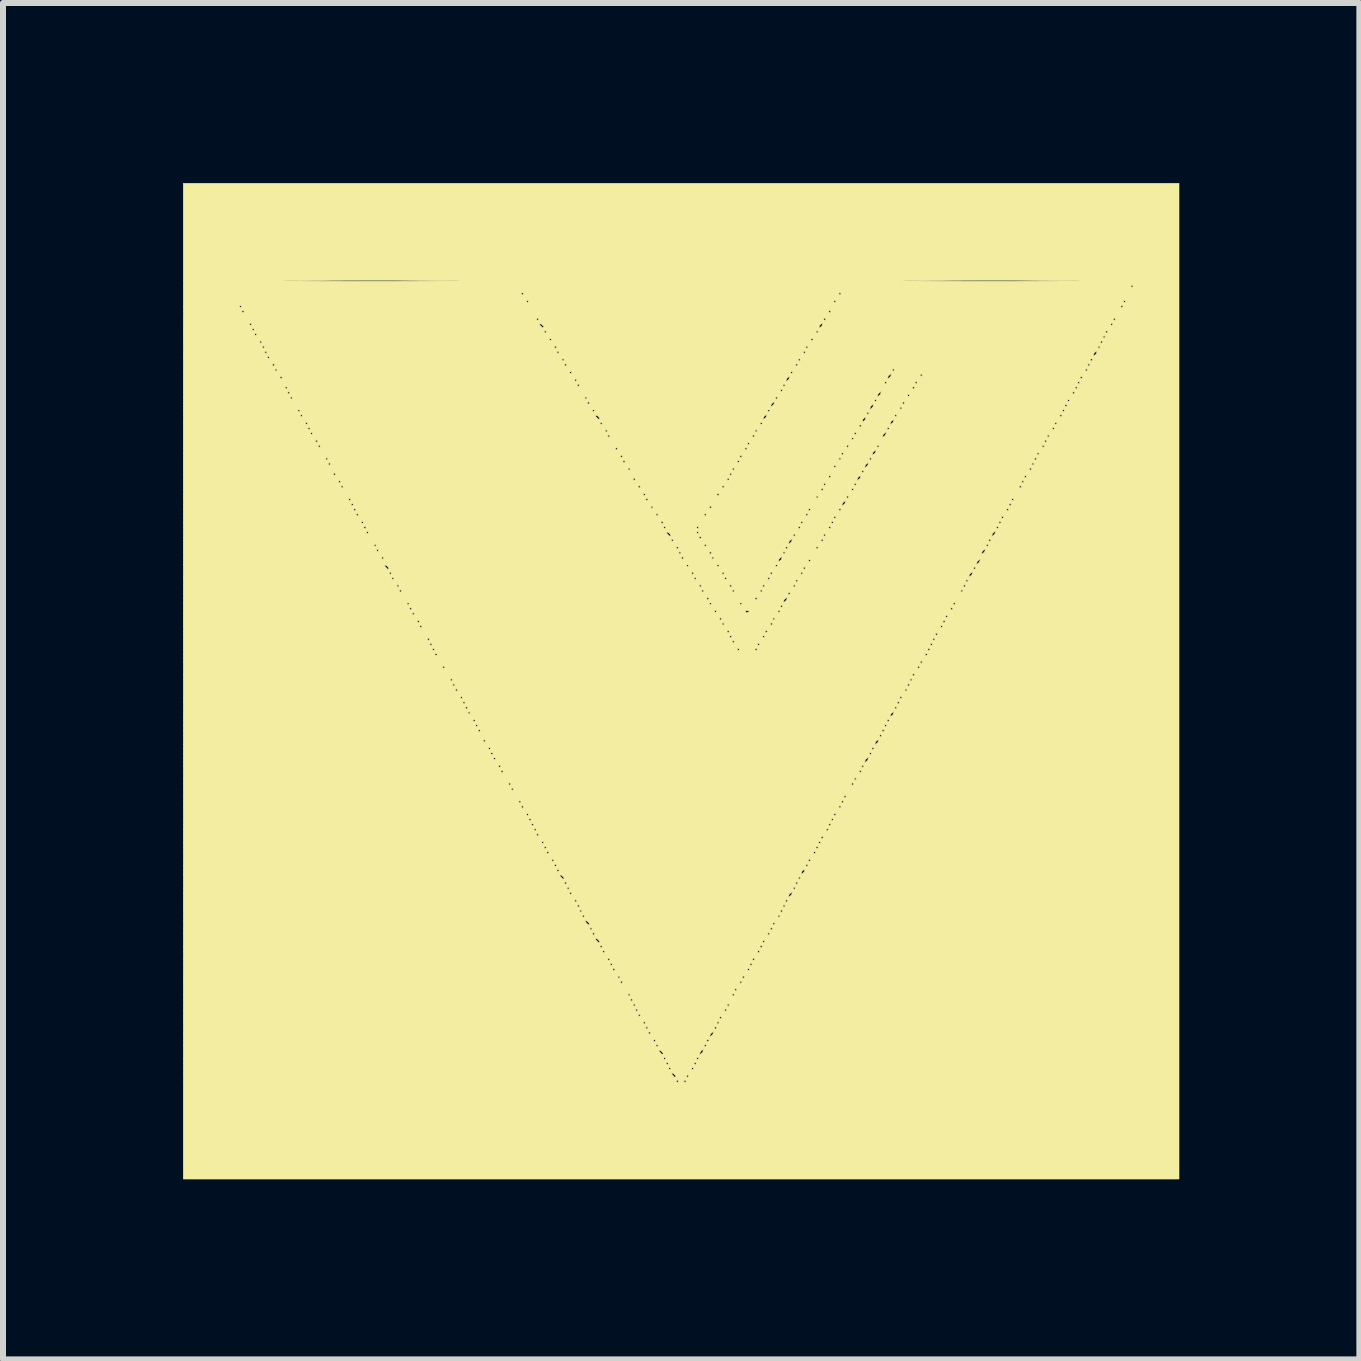
<source format=kicad_pcb>
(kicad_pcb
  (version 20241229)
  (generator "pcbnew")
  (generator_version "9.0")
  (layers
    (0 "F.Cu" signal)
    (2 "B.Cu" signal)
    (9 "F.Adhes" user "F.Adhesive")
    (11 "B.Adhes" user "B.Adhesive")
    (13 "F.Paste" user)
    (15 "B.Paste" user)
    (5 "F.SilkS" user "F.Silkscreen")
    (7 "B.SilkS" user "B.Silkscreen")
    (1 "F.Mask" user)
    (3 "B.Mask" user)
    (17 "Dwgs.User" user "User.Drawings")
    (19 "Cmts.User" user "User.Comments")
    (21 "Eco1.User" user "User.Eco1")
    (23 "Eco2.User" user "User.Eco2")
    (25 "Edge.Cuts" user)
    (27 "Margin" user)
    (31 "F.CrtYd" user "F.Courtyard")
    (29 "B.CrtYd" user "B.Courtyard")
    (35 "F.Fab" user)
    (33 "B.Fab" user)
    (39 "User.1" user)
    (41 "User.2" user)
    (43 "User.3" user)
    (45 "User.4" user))
  (footprint "logo8"
    (layer "F.Cu")
    (at 8.302 8.302)
    (property "Reference" "logo8" (at 0 0 0) (layer "F.SilkS") (effects (font (size 1.524 1.524) (thickness 0.3))))
    (attr through_hole)
    (fp_poly (pts (xy 8.297 8.297) (xy -8.297 8.297) (xy -8.297 6.668) (xy -0.085 6.668) (xy -0.064 6.689) (xy -0.042 6.668) (xy 0.042 6.668) (xy 0.064 6.689) (xy 0.085 6.668) (xy 0.064 6.646) (xy 0.042 6.668) (xy -0.042 6.668) (xy -0.064 6.646) (xy -0.085 6.668) (xy -8.297 6.668) (xy -8.297 6.531) (xy -0.163 6.531) (xy -0.152 6.555) (xy -0.11 6.601) (xy -0.085 6.591) (xy -0.085 6.585) (xy -0.087 6.583) (xy 0.085 6.583) (xy 0.106 6.604) (xy 0.127 6.583) (xy 0.106 6.562) (xy 0.085 6.583) (xy -0.087 6.583) (xy -0.115 6.55) (xy -0.134 6.536) (xy -0.163 6.531) (xy -8.297 6.531) (xy -8.297 6.456) (xy -0.212 6.456) (xy -0.191 6.477) (xy -0.169 6.456) (xy 0.169 6.456) (xy 0.191 6.477) (xy 0.212 6.456) (xy 0.191 6.435) (xy 0.169 6.456) (xy -0.169 6.456) (xy -0.191 6.435) (xy -0.212 6.456) (xy -8.297 6.456) (xy -8.297 6.371) (xy -0.254 6.371) (xy -0.233 6.392) (xy -0.212 6.371) (xy 0.212 6.371) (xy 0.233 6.392) (xy 0.254 6.371) (xy 0.233 6.35) (xy 0.212 6.371) (xy -0.212 6.371) (xy -0.233 6.35) (xy -0.254 6.371) (xy -8.297 6.371) (xy -8.297 6.287) (xy -0.296 6.287) (xy -0.275 6.308) (xy -0.254 6.287) (xy 0.254 6.287) (xy 0.275 6.308) (xy 0.296 6.287) (xy 0.275 6.265) (xy 0.254 6.287) (xy -0.254 6.287) (xy -0.275 6.265) (xy -0.296 6.287) (xy -8.297 6.287) (xy -8.297 6.22) (xy 0.307 6.22) (xy 0.313 6.223) (xy 0.351 6.193) (xy 0.36 6.181) (xy 0.371 6.141) (xy 0.365 6.138) (xy 0.326 6.168) (xy 0.318 6.181) (xy 0.307 6.22) (xy -8.297 6.22) (xy -8.297 6.15) (xy -0.374 6.15) (xy -0.364 6.174) (xy -0.321 6.22) (xy -0.297 6.21) (xy -0.296 6.204) (xy -0.326 6.169) (xy -0.345 6.155) (xy -0.374 6.15) (xy -8.297 6.15) (xy -8.297 6.075) (xy -0.423 6.075) (xy -0.402 6.096) (xy -0.381 6.075) (xy 0.381 6.075) (xy 0.402 6.096) (xy 0.423 6.075) (xy 0.402 6.054) (xy 0.381 6.075) (xy -0.381 6.075) (xy -0.402 6.054) (xy -0.423 6.075) (xy -8.297 6.075) (xy -8.297 5.99) (xy -0.466 5.99) (xy -0.445 6.011) (xy -0.423 5.99) (xy 0.423 5.99) (xy 0.445 6.011) (xy 0.466 5.99) (xy 0.445 5.969) (xy 0.423 5.99) (xy -0.423 5.99) (xy -0.445 5.969) (xy -0.466 5.99) (xy -8.297 5.99) (xy -8.297 5.924) (xy 0.476 5.924) (xy 0.482 5.927) (xy 0.52 5.897) (xy 0.529 5.884) (xy 0.54 5.845) (xy 0.534 5.842) (xy 0.496 5.872) (xy 0.487 5.884) (xy 0.476 5.924) (xy -8.297 5.924) (xy -8.297 5.863) (xy -0.55 5.863) (xy -0.529 5.884) (xy -0.508 5.863) (xy -0.529 5.842) (xy -0.55 5.863) (xy -8.297 5.863) (xy -8.297 5.779) (xy -0.593 5.779) (xy -0.572 5.8) (xy -0.55 5.779) (xy 0.55 5.779) (xy 0.572 5.8) (xy 0.593 5.779) (xy 0.572 5.757) (xy 0.55 5.779) (xy -0.55 5.779) (xy -0.572 5.757) (xy -0.593 5.779) (xy -8.297 5.779) (xy -8.297 5.694) (xy -0.635 5.694) (xy -0.614 5.715) (xy -0.593 5.694) (xy 0.593 5.694) (xy 0.614 5.715) (xy 0.635 5.694) (xy 0.614 5.673) (xy 0.593 5.694) (xy -0.593 5.694) (xy -0.614 5.673) (xy -0.635 5.694) (xy -8.297 5.694) (xy -8.297 5.609) (xy 0.635 5.609) (xy 0.656 5.63) (xy 0.677 5.609) (xy 0.656 5.588) (xy 0.635 5.609) (xy -8.297 5.609) (xy -8.297 5.567) (xy -0.72 5.567) (xy -0.699 5.588) (xy -0.677 5.567) (xy -0.699 5.546) (xy -0.72 5.567) (xy -8.297 5.567) (xy -8.297 5.482) (xy -0.762 5.482) (xy -0.741 5.503) (xy -0.72 5.482) (xy 0.72 5.482) (xy 0.741 5.503) (xy 0.762 5.482) (xy 0.741 5.461) (xy 0.72 5.482) (xy -0.72 5.482) (xy -0.741 5.461) (xy -0.762 5.482) (xy -8.297 5.482) (xy -8.297 5.397) (xy -0.804 5.397) (xy -0.783 5.419) (xy -0.762 5.397) (xy 0.762 5.397) (xy 0.783 5.419) (xy 0.804 5.397) (xy 0.783 5.376) (xy 0.762 5.397) (xy -0.762 5.397) (xy -0.783 5.376) (xy -0.804 5.397) (xy -8.297 5.397) (xy -8.297 5.313) (xy -0.847 5.313) (xy -0.826 5.334) (xy -0.804 5.313) (xy -0.826 5.292) (xy -0.847 5.313) (xy -8.297 5.313) (xy -8.297 5.228) (xy -0.889 5.228) (xy -0.868 5.249) (xy -0.847 5.228) (xy 0.847 5.228) (xy 0.868 5.249) (xy 0.889 5.228) (xy 0.868 5.207) (xy 0.847 5.228) (xy -0.847 5.228) (xy -0.868 5.207) (xy -0.889 5.228) (xy -8.297 5.228) (xy -8.297 5.144) (xy 0.889 5.144) (xy 0.91 5.165) (xy 0.931 5.144) (xy 0.91 5.122) (xy 0.889 5.144) (xy -8.297 5.144) (xy -8.297 5.016) (xy -1.016 5.016) (xy -0.995 5.038) (xy -0.974 5.016) (xy 0.974 5.016) (xy 0.995 5.038) (xy 1.016 5.016) (xy 0.995 4.995) (xy 0.974 5.016) (xy -0.974 5.016) (xy -0.995 4.995) (xy -1.016 5.016) (xy -8.297 5.016) (xy -8.297 4.932) (xy -1.058 4.932) (xy -1.037 4.953) (xy -1.016 4.932) (xy 1.016 4.932) (xy 1.037 4.953) (xy 1.058 4.932) (xy 1.037 4.911) (xy 1.016 4.932) (xy -1.016 4.932) (xy -1.037 4.911) (xy -1.058 4.932) (xy -8.297 4.932) (xy -8.297 4.805) (xy -1.143 4.805) (xy -1.122 4.826) (xy -1.101 4.805) (xy 1.101 4.805) (xy 1.122 4.826) (xy 1.143 4.805) (xy 1.122 4.784) (xy 1.101 4.805) (xy -1.101 4.805) (xy -1.122 4.784) (xy -1.143 4.805) (xy -8.297 4.805) (xy -8.297 4.72) (xy -1.185 4.72) (xy -1.164 4.741) (xy -1.143 4.72) (xy 1.143 4.72) (xy 1.164 4.741) (xy 1.185 4.72) (xy 1.164 4.699) (xy 1.143 4.72) (xy -1.143 4.72) (xy -1.164 4.699) (xy -1.185 4.72) (xy -8.297 4.72) (xy -8.297 4.636) (xy -1.228 4.636) (xy -1.206 4.657) (xy -1.185 4.636) (xy 1.185 4.636) (xy 1.206 4.657) (xy 1.228 4.636) (xy 1.206 4.614) (xy 1.185 4.636) (xy -1.185 4.636) (xy -1.206 4.614) (xy -1.228 4.636) (xy -8.297 4.636) (xy -8.297 4.508) (xy -1.312 4.508) (xy -1.291 4.53) (xy -1.27 4.508) (xy 1.27 4.508) (xy 1.291 4.53) (xy 1.312 4.508) (xy 1.291 4.487) (xy 1.27 4.508) (xy -1.27 4.508) (xy -1.291 4.487) (xy -1.312 4.508) (xy -8.297 4.508) (xy -8.297 4.424) (xy -1.355 4.424) (xy -1.333 4.445) (xy -1.312 4.424) (xy 1.312 4.424) (xy 1.333 4.445) (xy 1.355 4.424) (xy 1.333 4.403) (xy 1.312 4.424) (xy -1.312 4.424) (xy -1.333 4.403) (xy -1.355 4.424) (xy -8.297 4.424) (xy -8.297 4.288) (xy -1.433 4.288) (xy -1.422 4.311) (xy -1.38 4.357) (xy -1.355 4.348) (xy -1.355 4.342) (xy -1.357 4.339) (xy 1.355 4.339) (xy 1.376 4.36) (xy 1.397 4.339) (xy 1.376 4.318) (xy 1.355 4.339) (xy -1.357 4.339) (xy -1.385 4.306) (xy -1.404 4.293) (xy -1.433 4.288) (xy -8.297 4.288) (xy -8.297 4.212) (xy -1.482 4.212) (xy -1.46 4.233) (xy -1.439 4.212) (xy 1.439 4.212) (xy 1.46 4.233) (xy 1.482 4.212) (xy 1.46 4.191) (xy 1.439 4.212) (xy -1.439 4.212) (xy -1.46 4.191) (xy -1.482 4.212) (xy -8.297 4.212) (xy -8.297 4.128) (xy -1.524 4.128) (xy -1.503 4.149) (xy -1.482 4.128) (xy 1.482 4.128) (xy 1.503 4.149) (xy 1.524 4.128) (xy 1.503 4.106) (xy 1.482 4.128) (xy -1.482 4.128) (xy -1.503 4.106) (xy -1.524 4.128) (xy -8.297 4.128) (xy -8.297 3.991) (xy -1.602 3.991) (xy -1.592 4.015) (xy -1.549 4.061) (xy -1.524 4.051) (xy -1.524 4.045) (xy -1.526 4.043) (xy 1.524 4.043) (xy 1.545 4.064) (xy 1.566 4.043) (xy 1.545 4.022) (xy 1.524 4.043) (xy -1.526 4.043) (xy -1.554 4.01) (xy -1.573 3.996) (xy -1.602 3.991) (xy -8.297 3.991) (xy -8.297 3.916) (xy -1.651 3.916) (xy -1.63 3.937) (xy -1.609 3.916) (xy 1.609 3.916) (xy 1.63 3.937) (xy 1.651 3.916) (xy 1.63 3.895) (xy 1.609 3.916) (xy -1.609 3.916) (xy -1.63 3.895) (xy -1.651 3.916) (xy -8.297 3.916) (xy -8.297 3.831) (xy -1.693 3.831) (xy -1.672 3.852) (xy -1.651 3.831) (xy 1.651 3.831) (xy 1.672 3.852) (xy 1.693 3.831) (xy 1.672 3.81) (xy 1.651 3.831) (xy -1.651 3.831) (xy -1.672 3.81) (xy -1.693 3.831) (xy -8.297 3.831) (xy -8.297 3.747) (xy -1.736 3.747) (xy -1.714 3.768) (xy -1.693 3.747) (xy 1.693 3.747) (xy 1.714 3.768) (xy 1.736 3.747) (xy 1.714 3.725) (xy 1.693 3.747) (xy -1.693 3.747) (xy -1.714 3.725) (xy -1.736 3.747) (xy -8.297 3.747) (xy -8.297 3.662) (xy -1.778 3.662) (xy -1.757 3.683) (xy -1.736 3.662) (xy 1.736 3.662) (xy 1.757 3.683) (xy 1.778 3.662) (xy 1.757 3.641) (xy 1.736 3.662) (xy -1.736 3.662) (xy -1.757 3.641) (xy -1.778 3.662) (xy -8.297 3.662) (xy -8.297 3.596) (xy 1.788 3.596) (xy 1.794 3.598) (xy 1.833 3.569) (xy 1.841 3.556) (xy 1.852 3.516) (xy 1.846 3.514) (xy 1.808 3.543) (xy 1.799 3.556) (xy 1.788 3.596) (xy -8.297 3.596) (xy -8.297 3.535) (xy -1.863 3.535) (xy -1.841 3.556) (xy -1.82 3.535) (xy -1.841 3.514) (xy -1.863 3.535) (xy -8.297 3.535) (xy -8.297 3.45) (xy -1.905 3.45) (xy -1.884 3.471) (xy -1.863 3.45) (xy 1.863 3.45) (xy 1.884 3.471) (xy 1.905 3.45) (xy 1.884 3.429) (xy 1.863 3.45) (xy -1.863 3.45) (xy -1.884 3.429) (xy -1.905 3.45) (xy -8.297 3.45) (xy -8.297 3.365) (xy -1.947 3.365) (xy -1.926 3.387) (xy -1.905 3.365) (xy 1.905 3.365) (xy 1.926 3.387) (xy 1.947 3.365) (xy 1.926 3.344) (xy 1.905 3.365) (xy -1.905 3.365) (xy -1.926 3.344) (xy -1.947 3.365) (xy -8.297 3.365) (xy -8.297 3.229) (xy -2.025 3.229) (xy -2.015 3.253) (xy -1.972 3.299) (xy -1.948 3.289) (xy -1.947 3.283) (xy -1.949 3.281) (xy 1.947 3.281) (xy 1.968 3.302) (xy 1.99 3.281) (xy 1.968 3.26) (xy 1.947 3.281) (xy -1.949 3.281) (xy -1.977 3.248) (xy -1.996 3.234) (xy -2.025 3.229) (xy -8.297 3.229) (xy -8.297 3.215) (xy 2 3.215) (xy 2.006 3.217) (xy 2.044 3.188) (xy 2.053 3.175) (xy 2.064 3.135) (xy 2.058 3.133) (xy 2.02 3.162) (xy 2.011 3.175) (xy 2 3.215) (xy -8.297 3.215) (xy -8.297 3.154) (xy -2.074 3.154) (xy -2.053 3.175) (xy -2.032 3.154) (xy -2.053 3.133) (xy -2.074 3.154) (xy -8.297 3.154) (xy -8.297 3.069) (xy -2.117 3.069) (xy -2.095 3.09) (xy -2.074 3.069) (xy 2.074 3.069) (xy 2.095 3.09) (xy 2.117 3.069) (xy 2.095 3.048) (xy 2.074 3.069) (xy -2.074 3.069) (xy -2.095 3.048) (xy -2.117 3.069) (xy -8.297 3.069) (xy -8.297 2.985) (xy -2.159 2.985) (xy -2.138 3.006) (xy -2.117 2.985) (xy 2.117 2.985) (xy 2.138 3.006) (xy 2.159 2.985) (xy 2.138 2.963) (xy 2.117 2.985) (xy -2.117 2.985) (xy -2.138 2.963) (xy -2.159 2.985) (xy -8.297 2.985) (xy -8.297 2.857) (xy -2.244 2.857) (xy -2.223 2.879) (xy -2.201 2.857) (xy 2.201 2.857) (xy 2.223 2.879) (xy 2.244 2.857) (xy 2.223 2.836) (xy 2.201 2.857) (xy -2.201 2.857) (xy -2.223 2.836) (xy -2.244 2.857) (xy -8.297 2.857) (xy -8.297 2.773) (xy -2.286 2.773) (xy -2.265 2.794) (xy -2.244 2.773) (xy 2.244 2.773) (xy 2.265 2.794) (xy 2.286 2.773) (xy 2.265 2.752) (xy 2.244 2.773) (xy -2.244 2.773) (xy -2.265 2.752) (xy -2.286 2.773) (xy -8.297 2.773) (xy -8.297 2.688) (xy -2.328 2.688) (xy -2.307 2.709) (xy -2.286 2.688) (xy 2.286 2.688) (xy 2.307 2.709) (xy 2.328 2.688) (xy 2.307 2.667) (xy 2.286 2.688) (xy -2.286 2.688) (xy -2.307 2.667) (xy -2.328 2.688) (xy -8.297 2.688) (xy -8.297 2.603) (xy 2.328 2.603) (xy 2.349 2.625) (xy 2.371 2.603) (xy 2.349 2.582) (xy 2.328 2.603) (xy -8.297 2.603) (xy -8.297 2.561) (xy -2.413 2.561) (xy -2.392 2.582) (xy -2.371 2.561) (xy -2.392 2.54) (xy -2.413 2.561) (xy -8.297 2.561) (xy -8.297 2.477) (xy -2.455 2.477) (xy -2.434 2.498) (xy -2.413 2.477) (xy 2.413 2.477) (xy 2.434 2.498) (xy 2.455 2.477) (xy 2.434 2.455) (xy 2.413 2.477) (xy -2.413 2.477) (xy -2.434 2.455) (xy -2.455 2.477) (xy -8.297 2.477) (xy -8.297 2.392) (xy -2.498 2.392) (xy -2.477 2.413) (xy -2.455 2.392) (xy 2.455 2.392) (xy 2.477 2.413) (xy 2.498 2.392) (xy 2.477 2.371) (xy 2.455 2.392) (xy -2.455 2.392) (xy -2.477 2.371) (xy -2.498 2.392) (xy -8.297 2.392) (xy -8.297 2.307) (xy -2.54 2.307) (xy -2.519 2.328) (xy -2.498 2.307) (xy 2.498 2.307) (xy 2.519 2.328) (xy 2.54 2.307) (xy 2.519 2.286) (xy 2.498 2.307) (xy -2.498 2.307) (xy -2.519 2.286) (xy -2.54 2.307) (xy -8.297 2.307) (xy -8.297 2.223) (xy -2.582 2.223) (xy -2.561 2.244) (xy -2.54 2.223) (xy 2.54 2.223) (xy 2.561 2.244) (xy 2.582 2.223) (xy 2.561 2.201) (xy 2.54 2.223) (xy -2.54 2.223) (xy -2.561 2.201) (xy -2.582 2.223) (xy -8.297 2.223) (xy -8.297 2.095) (xy -2.667 2.095) (xy -2.646 2.117) (xy -2.625 2.095) (xy 2.625 2.095) (xy 2.646 2.117) (xy 2.667 2.095) (xy 2.646 2.074) (xy 2.625 2.095) (xy -2.625 2.095) (xy -2.646 2.074) (xy -2.667 2.095) (xy -8.297 2.095) (xy -8.297 2.011) (xy -2.709 2.011) (xy -2.688 2.032) (xy -2.667 2.011) (xy 2.667 2.011) (xy 2.688 2.032) (xy 2.709 2.011) (xy 2.688 1.99) (xy 2.667 2.011) (xy -2.667 2.011) (xy -2.688 1.99) (xy -2.709 2.011) (xy -8.297 2.011) (xy -8.297 1.926) (xy 2.709 1.926) (xy 2.731 1.947) (xy 2.752 1.926) (xy 2.731 1.905) (xy 2.709 1.926) (xy -8.297 1.926) (xy -8.297 1.799) (xy -2.836 1.799) (xy -2.815 1.82) (xy -2.794 1.799) (xy -2.815 1.778) (xy -2.836 1.799) (xy -8.297 1.799) (xy -8.297 1.714) (xy -2.879 1.714) (xy -2.857 1.736) (xy -2.836 1.714) (xy 2.836 1.714) (xy 2.857 1.736) (xy 2.879 1.714) (xy 2.857 1.693) (xy 2.836 1.714) (xy -2.836 1.714) (xy -2.857 1.693) (xy -2.879 1.714) (xy -8.297 1.714) (xy -8.297 1.63) (xy 2.879 1.63) (xy 2.9 1.651) (xy 2.921 1.63) (xy 2.9 1.609) (xy 2.879 1.63) (xy -8.297 1.63) (xy -8.297 1.503) (xy -3.006 1.503) (xy -2.985 1.524) (xy -2.963 1.503) (xy 2.963 1.503) (xy 2.985 1.524) (xy 3.006 1.503) (xy 2.985 1.482) (xy 2.963 1.503) (xy -2.963 1.503) (xy -2.985 1.482) (xy -3.006 1.503) (xy -8.297 1.503) (xy -8.297 1.418) (xy -3.048 1.418) (xy -3.027 1.439) (xy -3.006 1.418) (xy 3.006 1.418) (xy 3.027 1.439) (xy 3.048 1.418) (xy 3.027 1.397) (xy 3.006 1.418) (xy -3.006 1.418) (xy -3.027 1.397) (xy -3.048 1.418) (xy -8.297 1.418) (xy -8.297 1.352) (xy 3.058 1.352) (xy 3.064 1.355) (xy 3.103 1.325) (xy 3.111 1.312) (xy 3.122 1.273) (xy 3.116 1.27) (xy 3.078 1.3) (xy 3.069 1.312) (xy 3.058 1.352) (xy -8.297 1.352) (xy -8.297 1.291) (xy -3.133 1.291) (xy -3.111 1.312) (xy -3.09 1.291) (xy -3.111 1.27) (xy -3.133 1.291) (xy -8.297 1.291) (xy -8.297 1.206) (xy -3.175 1.206) (xy -3.154 1.228) (xy -3.133 1.206) (xy 3.133 1.206) (xy 3.154 1.228) (xy 3.175 1.206) (xy 3.154 1.185) (xy 3.133 1.206) (xy -3.133 1.206) (xy -3.154 1.185) (xy -3.175 1.206) (xy -8.297 1.206) (xy -8.297 1.122) (xy -3.217 1.122) (xy -3.196 1.143) (xy -3.175 1.122) (xy 3.175 1.122) (xy 3.196 1.143) (xy 3.217 1.122) (xy 3.196 1.101) (xy 3.175 1.122) (xy -3.175 1.122) (xy -3.196 1.101) (xy -3.217 1.122) (xy -8.297 1.122) (xy -8.297 1.056) (xy 3.228 1.056) (xy 3.234 1.058) (xy 3.272 1.029) (xy 3.281 1.016) (xy 3.292 0.976) (xy 3.286 0.974) (xy 3.247 1.003) (xy 3.239 1.016) (xy 3.228 1.056) (xy -8.297 1.056) (xy -8.297 0.995) (xy -3.302 0.995) (xy -3.281 1.016) (xy -3.26 0.995) (xy -3.281 0.974) (xy -3.302 0.995) (xy -8.297 0.995) (xy -8.297 0.91) (xy 3.302 0.91) (xy 3.323 0.931) (xy 3.344 0.91) (xy 3.323 0.889) (xy 3.302 0.91) (xy -8.297 0.91) (xy -8.297 0.826) (xy -3.387 0.826) (xy -3.365 0.847) (xy -3.344 0.826) (xy 3.344 0.826) (xy 3.365 0.847) (xy 3.387 0.826) (xy 3.365 0.804) (xy 3.344 0.826) (xy -3.344 0.826) (xy -3.365 0.804) (xy -3.387 0.826) (xy -8.297 0.826) (xy -8.297 0.741) (xy -3.429 0.741) (xy -3.408 0.762) (xy -3.387 0.741) (xy 3.387 0.741) (xy 3.408 0.762) (xy 3.429 0.741) (xy 3.408 0.72) (xy 3.387 0.741) (xy -3.387 0.741) (xy -3.408 0.72) (xy -3.429 0.741) (xy -8.297 0.741) (xy -8.297 0.656) (xy -3.471 0.656) (xy -3.45 0.677) (xy -3.429 0.656) (xy 3.429 0.656) (xy 3.45 0.677) (xy 3.471 0.656) (xy 3.45 0.635) (xy 3.429 0.656) (xy -3.429 0.656) (xy -3.45 0.635) (xy -3.471 0.656) (xy -8.297 0.656) (xy -8.297 0.59) (xy 3.482 0.59) (xy 3.488 0.593) (xy 3.526 0.563) (xy 3.535 0.55) (xy 3.546 0.511) (xy 3.54 0.508) (xy 3.501 0.538) (xy 3.493 0.55) (xy 3.482 0.59) (xy -8.297 0.59) (xy -8.297 0.529) (xy -3.556 0.529) (xy -3.535 0.55) (xy -3.514 0.529) (xy -3.535 0.508) (xy -3.556 0.529) (xy -8.297 0.529) (xy -8.297 0.445) (xy -3.598 0.445) (xy -3.577 0.466) (xy -3.556 0.445) (xy 3.556 0.445) (xy 3.577 0.466) (xy 3.598 0.445) (xy 3.577 0.423) (xy 3.556 0.445) (xy -3.556 0.445) (xy -3.577 0.423) (xy -3.598 0.445) (xy -8.297 0.445) (xy -8.297 0.36) (xy -3.641 0.36) (xy -3.619 0.381) (xy -3.598 0.36) (xy 3.598 0.36) (xy 3.619 0.381) (xy 3.641 0.36) (xy 3.619 0.339) (xy 3.598 0.36) (xy -3.598 0.36) (xy -3.619 0.339) (xy -3.641 0.36) (xy -8.297 0.36) (xy -8.297 0.275) (xy -3.683 0.275) (xy -3.662 0.296) (xy -3.641 0.275) (xy 3.641 0.275) (xy 3.662 0.296) (xy 3.683 0.275) (xy 3.662 0.254) (xy 3.641 0.275) (xy -3.641 0.275) (xy -3.662 0.254) (xy -3.683 0.275) (xy -8.297 0.275) (xy -8.297 0.148) (xy -3.768 0.148) (xy -3.747 0.169) (xy -3.725 0.148) (xy 3.725 0.148) (xy 3.747 0.169) (xy 3.768 0.148) (xy 3.747 0.127) (xy 3.725 0.148) (xy -3.725 0.148) (xy -3.747 0.127) (xy -3.768 0.148) (xy -8.297 0.148) (xy -8.297 0.064) (xy -3.81 0.064) (xy -3.789 0.085) (xy -3.768 0.064) (xy 3.768 0.064) (xy 3.789 0.085) (xy 3.81 0.064) (xy 3.789 0.042) (xy 3.768 0.064) (xy -3.768 0.064) (xy -3.789 0.042) (xy -3.81 0.064) (xy -8.297 0.064) (xy -8.297 -0.021) (xy -3.852 -0.021) (xy -3.831 0) (xy -3.81 -0.021) (xy 3.81 -0.021) (xy 3.831 0) (xy 3.852 -0.021) (xy 3.831 -0.042) (xy 3.81 -0.021) (xy -3.81 -0.021) (xy -3.831 -0.042) (xy -3.852 -0.021) (xy -8.297 -0.021) (xy -8.297 -0.106) (xy 3.852 -0.106) (xy 3.873 -0.085) (xy 3.895 -0.106) (xy 3.873 -0.127) (xy 3.852 -0.106) (xy -8.297 -0.106) (xy -8.297 -0.233) (xy -3.979 -0.233) (xy -3.958 -0.212) (xy -3.937 -0.233) (xy 3.937 -0.233) (xy 3.958 -0.212) (xy 3.979 -0.233) (xy 3.958 -0.254) (xy 3.937 -0.233) (xy -3.937 -0.233) (xy -3.958 -0.254) (xy -3.979 -0.233) (xy -8.297 -0.233) (xy -8.297 -0.325) (xy 1.072 -0.325) (xy 1.078 -0.299) (xy 1.101 -0.296) (xy 1.136 -0.312) (xy 1.133 -0.318) (xy 3.979 -0.318) (xy 4 -0.296) (xy 4.022 -0.318) (xy 4 -0.339) (xy 3.979 -0.318) (xy 1.133 -0.318) (xy 1.129 -0.325) (xy 1.079 -0.33) (xy 1.072 -0.325) (xy -8.297 -0.325) (xy -8.297 -0.384) (xy 1.153 -0.384) (xy 1.159 -0.381) (xy 1.198 -0.411) (xy 1.206 -0.423) (xy 1.212 -0.445) (xy 4.064 -0.445) (xy 4.085 -0.423) (xy 4.106 -0.445) (xy 4.085 -0.466) (xy 4.064 -0.445) (xy 1.212 -0.445) (xy 1.217 -0.463) (xy 1.211 -0.466) (xy 1.173 -0.436) (xy 1.164 -0.423) (xy 1.153 -0.384) (xy -8.297 -0.384) (xy -8.297 -0.445) (xy -4.106 -0.445) (xy -4.085 -0.423) (xy -4.064 -0.445) (xy 0.974 -0.445) (xy 0.995 -0.423) (xy 1.016 -0.445) (xy 0.995 -0.466) (xy 0.974 -0.445) (xy -4.064 -0.445) (xy -4.085 -0.466) (xy -4.106 -0.445) (xy -8.297 -0.445) (xy -8.297 -0.529) (xy -4.149 -0.529) (xy -4.128 -0.508) (xy -4.106 -0.529) (xy 0.931 -0.529) (xy 0.953 -0.508) (xy 0.974 -0.529) (xy 1.228 -0.529) (xy 1.249 -0.508) (xy 1.27 -0.529) (xy 4.106 -0.529) (xy 4.128 -0.508) (xy 4.149 -0.529) (xy 4.128 -0.55) (xy 4.106 -0.529) (xy 1.27 -0.529) (xy 1.249 -0.55) (xy 1.228 -0.529) (xy 0.974 -0.529) (xy 0.953 -0.55) (xy 0.931 -0.529) (xy -4.106 -0.529) (xy -4.128 -0.55) (xy -4.149 -0.529) (xy -8.297 -0.529) (xy -8.297 -0.614) (xy -4.191 -0.614) (xy -4.17 -0.593) (xy -4.149 -0.614) (xy 1.27 -0.614) (xy 1.291 -0.593) (xy 1.312 -0.614) (xy 4.149 -0.614) (xy 4.17 -0.593) (xy 4.191 -0.614) (xy 4.17 -0.635) (xy 4.149 -0.614) (xy 1.312 -0.614) (xy 1.291 -0.635) (xy 1.27 -0.614) (xy -4.149 -0.614) (xy -4.17 -0.635) (xy -4.191 -0.614) (xy -8.297 -0.614) (xy -8.297 -0.656) (xy 0.847 -0.656) (xy 0.868 -0.635) (xy 0.889 -0.656) (xy 0.868 -0.677) (xy 0.847 -0.656) (xy -8.297 -0.656) (xy -8.297 -0.699) (xy -4.233 -0.699) (xy -4.212 -0.677) (xy -4.191 -0.699) (xy 4.191 -0.699) (xy 4.212 -0.677) (xy 4.233 -0.699) (xy 4.212 -0.72) (xy 4.191 -0.699) (xy -4.191 -0.699) (xy -4.212 -0.72) (xy -4.233 -0.699) (xy -8.297 -0.699) (xy -8.297 -0.741) (xy 0.804 -0.741) (xy 0.826 -0.72) (xy 0.847 -0.741) (xy 1.355 -0.741) (xy 1.376 -0.72) (xy 1.397 -0.741) (xy 1.376 -0.762) (xy 1.355 -0.741) (xy 0.847 -0.741) (xy 0.826 -0.762) (xy 0.804 -0.741) (xy -8.297 -0.741) (xy -8.297 -0.783) (xy 4.233 -0.783) (xy 4.255 -0.762) (xy 4.276 -0.783) (xy 4.255 -0.804) (xy 4.233 -0.783) (xy -8.297 -0.783) (xy -8.297 -0.826) (xy 0.762 -0.826) (xy 0.783 -0.804) (xy 0.804 -0.826) (xy 1.397 -0.826) (xy 1.418 -0.804) (xy 1.439 -0.826) (xy 1.418 -0.847) (xy 1.397 -0.826) (xy 0.804 -0.826) (xy 0.783 -0.847) (xy 0.762 -0.826) (xy -8.297 -0.826) (xy -8.297 -0.91) (xy -4.36 -0.91) (xy -4.339 -0.889) (xy -4.318 -0.91) (xy 4.318 -0.91) (xy 4.339 -0.889) (xy 4.36 -0.91) (xy 4.339 -0.931) (xy 4.318 -0.91) (xy -4.318 -0.91) (xy -4.339 -0.931) (xy -4.36 -0.91) (xy -8.297 -0.91) (xy -8.297 -0.953) (xy 0.677 -0.953) (xy 0.699 -0.931) (xy 0.72 -0.953) (xy 1.482 -0.953) (xy 1.503 -0.931) (xy 1.524 -0.953) (xy 1.503 -0.974) (xy 1.482 -0.953) (xy 0.72 -0.953) (xy 0.699 -0.974) (xy 0.677 -0.953) (xy -8.297 -0.953) (xy -8.297 -0.995) (xy -4.403 -0.995) (xy -4.381 -0.974) (xy -4.36 -0.995) (xy 4.36 -0.995) (xy 4.381 -0.974) (xy 4.403 -0.995) (xy 4.381 -1.016) (xy 4.36 -0.995) (xy -4.36 -0.995) (xy -4.381 -1.016) (xy -4.403 -0.995) (xy -8.297 -0.995) (xy -8.297 -1.037) (xy 0.635 -1.037) (xy 0.656 -1.016) (xy 0.677 -1.037) (xy 1.524 -1.037) (xy 1.545 -1.016) (xy 1.566 -1.037) (xy 1.545 -1.058) (xy 1.524 -1.037) (xy 0.677 -1.037) (xy 0.656 -1.058) (xy 0.635 -1.037) (xy -8.297 -1.037) (xy -8.297 -1.079) (xy 4.403 -1.079) (xy 4.424 -1.058) (xy 4.445 -1.079) (xy 4.424 -1.101) (xy 4.403 -1.079) (xy -8.297 -1.079) (xy -8.297 -1.122) (xy -4.487 -1.122) (xy -4.466 -1.101) (xy -4.445 -1.122) (xy -4.466 -1.143) (xy -4.487 -1.122) (xy -8.297 -1.122) (xy -8.297 -1.164) (xy 0.55 -1.164) (xy 0.572 -1.143) (xy 0.593 -1.164) (xy 0.586 -1.171) (xy 1.072 -1.171) (xy 1.078 -1.146) (xy 1.101 -1.143) (xy 1.136 -1.158) (xy 1.133 -1.164) (xy 1.609 -1.164) (xy 1.63 -1.143) (xy 1.651 -1.164) (xy 1.63 -1.185) (xy 1.609 -1.164) (xy 1.133 -1.164) (xy 1.129 -1.171) (xy 1.079 -1.176) (xy 1.072 -1.171) (xy 0.586 -1.171) (xy 0.572 -1.185) (xy 0.55 -1.164) (xy -8.297 -1.164) (xy -8.297 -1.206) (xy -4.53 -1.206) (xy -4.508 -1.185) (xy -4.487 -1.206) (xy 4.487 -1.206) (xy 4.508 -1.185) (xy 4.53 -1.206) (xy 4.508 -1.228) (xy 4.487 -1.206) (xy -4.487 -1.206) (xy -4.508 -1.228) (xy -4.53 -1.206) (xy -8.297 -1.206) (xy -8.297 -1.249) (xy 1.651 -1.249) (xy 1.672 -1.228) (xy 1.693 -1.249) (xy 1.672 -1.27) (xy 1.651 -1.249) (xy -8.297 -1.249) (xy -8.297 -1.291) (xy -4.572 -1.291) (xy -4.551 -1.27) (xy -4.53 -1.291) (xy 0.466 -1.291) (xy 0.487 -1.27) (xy 0.508 -1.291) (xy 0.974 -1.291) (xy 0.995 -1.27) (xy 1.016 -1.291) (xy 4.53 -1.291) (xy 4.551 -1.27) (xy 4.572 -1.291) (xy 4.551 -1.312) (xy 4.53 -1.291) (xy 1.016 -1.291) (xy 0.995 -1.312) (xy 0.974 -1.291) (xy 0.508 -1.291) (xy 0.487 -1.312) (xy 0.466 -1.291) (xy -4.53 -1.291) (xy -4.551 -1.312) (xy -4.572 -1.291) (xy -8.297 -1.291) (xy -8.297 -1.315) (xy 1.704 -1.315) (xy 1.71 -1.312) (xy 1.748 -1.342) (xy 1.757 -1.355) (xy 1.768 -1.394) (xy 1.762 -1.397) (xy 1.723 -1.367) (xy 1.714 -1.355) (xy 1.704 -1.315) (xy -8.297 -1.315) (xy -8.297 -1.376) (xy 0.423 -1.376) (xy 0.445 -1.355) (xy 0.466 -1.376) (xy 1.228 -1.376) (xy 1.249 -1.355) (xy 1.27 -1.376) (xy 1.249 -1.397) (xy 1.228 -1.376) (xy 0.466 -1.376) (xy 0.445 -1.397) (xy 0.423 -1.376) (xy -8.297 -1.376) (xy -8.297 -1.46) (xy 1.778 -1.46) (xy 1.799 -1.439) (xy 1.82 -1.46) (xy 1.799 -1.482) (xy 1.778 -1.46) (xy -8.297 -1.46) (xy -8.297 -1.503) (xy -4.699 -1.503) (xy -4.678 -1.482) (xy -4.657 -1.503) (xy 0.339 -1.503) (xy 0.36 -1.482) (xy 0.381 -1.503) (xy 0.847 -1.503) (xy 0.868 -1.482) (xy 0.889 -1.503) (xy 1.312 -1.503) (xy 1.333 -1.482) (xy 1.355 -1.503) (xy 4.657 -1.503) (xy 4.678 -1.482) (xy 4.699 -1.503) (xy 4.678 -1.524) (xy 4.657 -1.503) (xy 1.355 -1.503) (xy 1.333 -1.524) (xy 1.312 -1.503) (xy 0.889 -1.503) (xy 0.868 -1.524) (xy 0.847 -1.503) (xy 0.381 -1.503) (xy 0.36 -1.524) (xy 0.339 -1.503) (xy -4.657 -1.503) (xy -4.678 -1.524) (xy -4.699 -1.503) (xy -8.297 -1.503) (xy -8.297 -1.587) (xy -4.741 -1.587) (xy -4.72 -1.566) (xy -4.699 -1.587) (xy 0.296 -1.587) (xy 0.318 -1.566) (xy 0.339 -1.587) (xy 0.804 -1.587) (xy 0.826 -1.566) (xy 0.847 -1.587) (xy 1.355 -1.587) (xy 1.376 -1.566) (xy 1.397 -1.587) (xy 1.863 -1.587) (xy 1.884 -1.566) (xy 1.905 -1.587) (xy 4.699 -1.587) (xy 4.72 -1.566) (xy 4.741 -1.587) (xy 4.72 -1.609) (xy 4.699 -1.587) (xy 1.905 -1.587) (xy 1.884 -1.609) (xy 1.863 -1.587) (xy 1.397 -1.587) (xy 1.376 -1.609) (xy 1.355 -1.587) (xy 0.847 -1.587) (xy 0.826 -1.609) (xy 0.804 -1.587) (xy 0.339 -1.587) (xy 0.318 -1.609) (xy 0.296 -1.587) (xy -4.699 -1.587) (xy -4.72 -1.609) (xy -4.741 -1.587) (xy -8.297 -1.587) (xy -8.297 -1.672) (xy 1.905 -1.672) (xy 1.926 -1.651) (xy 1.947 -1.672) (xy 4.741 -1.672) (xy 4.763 -1.651) (xy 4.784 -1.672) (xy 4.763 -1.693) (xy 4.741 -1.672) (xy 1.947 -1.672) (xy 1.926 -1.693) (xy 1.905 -1.672) (xy -8.297 -1.672) (xy -8.297 -1.714) (xy -4.826 -1.714) (xy -4.805 -1.693) (xy -4.784 -1.714) (xy 0.212 -1.714) (xy 0.233 -1.693) (xy 0.254 -1.714) (xy 0.72 -1.714) (xy 0.741 -1.693) (xy 0.762 -1.714) (xy 1.439 -1.714) (xy 1.46 -1.693) (xy 1.482 -1.714) (xy 1.46 -1.736) (xy 1.439 -1.714) (xy 0.762 -1.714) (xy 0.741 -1.736) (xy 0.72 -1.714) (xy 0.254 -1.714) (xy 0.233 -1.736) (xy 0.212 -1.714) (xy -4.784 -1.714) (xy -4.805 -1.736) (xy -4.826 -1.714) (xy -8.297 -1.714) (xy -8.297 -1.738) (xy 4.794 -1.738) (xy 4.8 -1.736) (xy 4.838 -1.765) (xy 4.847 -1.778) (xy 4.858 -1.818) (xy 4.852 -1.82) (xy 4.814 -1.791) (xy 4.805 -1.778) (xy 4.794 -1.738) (xy -8.297 -1.738) (xy -8.297 -1.799) (xy -4.868 -1.799) (xy -4.847 -1.778) (xy -4.826 -1.799) (xy 0.169 -1.799) (xy 0.191 -1.778) (xy 0.212 -1.799) (xy 0.677 -1.799) (xy 0.699 -1.778) (xy 0.72 -1.799) (xy 1.482 -1.799) (xy 1.503 -1.778) (xy 1.524 -1.799) (xy 1.99 -1.799) (xy 2.011 -1.778) (xy 2.032 -1.799) (xy 2.011 -1.82) (xy 1.99 -1.799) (xy 1.524 -1.799) (xy 1.503 -1.82) (xy 1.482 -1.799) (xy 0.72 -1.799) (xy 0.699 -1.82) (xy 0.677 -1.799) (xy 0.212 -1.799) (xy 0.191 -1.82) (xy 0.169 -1.799) (xy -4.826 -1.799) (xy -4.847 -1.82) (xy -4.868 -1.799) (xy -8.297 -1.799) (xy -8.297 -1.935) (xy -4.946 -1.935) (xy -4.936 -1.912) (xy -4.893 -1.866) (xy -4.869 -1.875) (xy -4.868 -1.881) (xy -4.87 -1.884) (xy 2.032 -1.884) (xy 2.053 -1.863) (xy 2.074 -1.884) (xy 4.868 -1.884) (xy 4.889 -1.863) (xy 4.911 -1.884) (xy 4.889 -1.905) (xy 4.868 -1.884) (xy 2.074 -1.884) (xy 2.053 -1.905) (xy 2.032 -1.884) (xy -4.87 -1.884) (xy -4.898 -1.917) (xy -4.911 -1.926) (xy 0.085 -1.926) (xy 0.106 -1.905) (xy 0.127 -1.926) (xy 0.593 -1.926) (xy 0.614 -1.905) (xy 0.635 -1.926) (xy 1.566 -1.926) (xy 1.587 -1.905) (xy 1.609 -1.926) (xy 1.587 -1.947) (xy 1.566 -1.926) (xy 0.635 -1.926) (xy 0.614 -1.947) (xy 0.593 -1.926) (xy 0.127 -1.926) (xy 0.106 -1.947) (xy 0.085 -1.926) (xy -4.911 -1.926) (xy -4.917 -1.93) (xy -4.946 -1.935) (xy -8.297 -1.935) (xy -8.297 -1.95) (xy 4.921 -1.95) (xy 4.927 -1.947) (xy 4.965 -1.977) (xy 4.974 -1.99) (xy 4.985 -2.029) (xy 4.979 -2.032) (xy 4.941 -2.002) (xy 4.932 -1.99) (xy 4.921 -1.95) (xy -8.297 -1.95) (xy -8.297 -1.992) (xy 1.619 -1.992) (xy 1.625 -1.99) (xy 1.652 -2.011) (xy 2.117 -2.011) (xy 2.138 -1.99) (xy 2.159 -2.011) (xy 2.138 -2.032) (xy 2.117 -2.011) (xy 1.652 -2.011) (xy 1.663 -2.019) (xy 1.672 -2.032) (xy 1.683 -2.072) (xy 1.677 -2.074) (xy 1.639 -2.045) (xy 1.63 -2.032) (xy 1.619 -1.992) (xy -8.297 -1.992) (xy -8.297 -2.053) (xy -4.995 -2.053) (xy -4.974 -2.032) (xy -4.953 -2.053) (xy 0 -2.053) (xy 0.021 -2.032) (xy 0.042 -2.053) (xy 0.508 -2.053) (xy 0.529 -2.032) (xy 0.55 -2.053) (xy 0.529 -2.074) (xy 0.508 -2.053) (xy 0.042 -2.053) (xy 0.021 -2.074) (xy 0 -2.053) (xy -4.953 -2.053) (xy -4.974 -2.074) (xy -4.995 -2.053) (xy -8.297 -2.053) (xy -8.297 -2.138) (xy -0.042 -2.138) (xy -0.021 -2.117) (xy 0 -2.138) (xy 0.466 -2.138) (xy 0.487 -2.117) (xy 0.508 -2.138) (xy 1.693 -2.138) (xy 1.714 -2.117) (xy 1.717 -2.119) (xy 5.006 -2.119) (xy 5.012 -2.117) (xy 5.05 -2.146) (xy 5.059 -2.159) (xy 5.07 -2.199) (xy 5.064 -2.201) (xy 5.025 -2.172) (xy 5.016 -2.159) (xy 5.006 -2.119) (xy 1.717 -2.119) (xy 1.736 -2.138) (xy 1.714 -2.159) (xy 1.693 -2.138) (xy 0.508 -2.138) (xy 0.487 -2.159) (xy 0.466 -2.138) (xy 0 -2.138) (xy -0.021 -2.159) (xy -0.042 -2.138) (xy -8.297 -2.138) (xy -8.297 -2.18) (xy -5.08 -2.18) (xy -5.059 -2.159) (xy -5.038 -2.18) (xy -5.059 -2.201) (xy -5.08 -2.18) (xy -8.297 -2.18) (xy -8.297 -2.223) (xy -0.085 -2.223) (xy -0.064 -2.201) (xy -0.042 -2.223) (xy 1.736 -2.223) (xy 1.757 -2.201) (xy 1.778 -2.223) (xy 2.244 -2.223) (xy 2.265 -2.201) (xy 2.286 -2.223) (xy 2.265 -2.244) (xy 2.244 -2.223) (xy 1.778 -2.223) (xy 1.757 -2.244) (xy 1.736 -2.223) (xy -0.042 -2.223) (xy -0.064 -2.244) (xy -0.085 -2.223) (xy -8.297 -2.223) (xy -8.297 -2.265) (xy -5.122 -2.265) (xy -5.101 -2.244) (xy -5.08 -2.265) (xy 0.381 -2.265) (xy 0.402 -2.244) (xy 0.423 -2.265) (xy 5.08 -2.265) (xy 5.101 -2.244) (xy 5.122 -2.265) (xy 5.101 -2.286) (xy 5.08 -2.265) (xy 0.423 -2.265) (xy 0.402 -2.286) (xy 0.381 -2.265) (xy -5.08 -2.265) (xy -5.101 -2.286) (xy -5.122 -2.265) (xy -8.297 -2.265) (xy -8.297 -2.289) (xy 1.788 -2.289) (xy 1.794 -2.286) (xy 1.833 -2.316) (xy 1.841 -2.328) (xy 1.847 -2.349) (xy 2.328 -2.349) (xy 2.349 -2.328) (xy 2.371 -2.349) (xy 5.122 -2.349) (xy 5.144 -2.328) (xy 5.165 -2.349) (xy 5.144 -2.371) (xy 5.122 -2.349) (xy 2.371 -2.349) (xy 2.349 -2.371) (xy 2.328 -2.349) (xy 1.847 -2.349) (xy 1.852 -2.368) (xy 1.846 -2.371) (xy 1.808 -2.341) (xy 1.799 -2.328) (xy 1.788 -2.289) (xy -8.297 -2.289) (xy -8.297 -2.349) (xy -0.169 -2.349) (xy -0.148 -2.328) (xy -0.127 -2.349) (xy -0.148 -2.371) (xy -0.169 -2.349) (xy -8.297 -2.349) (xy -8.297 -2.392) (xy 0.296 -2.392) (xy 0.318 -2.371) (xy 0.339 -2.392) (xy 0.318 -2.413) (xy 0.296 -2.392) (xy -8.297 -2.392) (xy -8.297 -2.477) (xy -5.249 -2.477) (xy -5.228 -2.455) (xy -5.207 -2.477) (xy -5.216 -2.486) (xy -0.247 -2.486) (xy -0.237 -2.462) (xy -0.194 -2.416) (xy -0.17 -2.426) (xy -0.169 -2.432) (xy -0.171 -2.434) (xy 1.863 -2.434) (xy 1.884 -2.413) (xy 1.905 -2.434) (xy 2.371 -2.434) (xy 2.392 -2.413) (xy 2.395 -2.416) (xy 5.175 -2.416) (xy 5.181 -2.413) (xy 5.219 -2.443) (xy 5.228 -2.455) (xy 5.239 -2.495) (xy 5.233 -2.498) (xy 5.195 -2.468) (xy 5.186 -2.455) (xy 5.175 -2.416) (xy 2.395 -2.416) (xy 2.413 -2.434) (xy 2.392 -2.455) (xy 2.371 -2.434) (xy 1.905 -2.434) (xy 1.884 -2.455) (xy 1.863 -2.434) (xy -0.171 -2.434) (xy -0.199 -2.467) (xy -0.212 -2.477) (xy 0.254 -2.477) (xy 0.275 -2.455) (xy 0.296 -2.477) (xy 0.275 -2.498) (xy 0.254 -2.477) (xy -0.212 -2.477) (xy -0.218 -2.481) (xy -0.247 -2.486) (xy -5.216 -2.486) (xy -5.228 -2.498) (xy -5.249 -2.477) (xy -8.297 -2.477) (xy -8.297 -2.561) (xy -5.292 -2.561) (xy -5.271 -2.54) (xy -5.249 -2.561) (xy -0.296 -2.561) (xy -0.275 -2.54) (xy -0.254 -2.561) (xy 0.254 -2.561) (xy 0.275 -2.54) (xy 0.296 -2.561) (xy 1.947 -2.561) (xy 1.968 -2.54) (xy 1.99 -2.561) (xy 2.455 -2.561) (xy 2.477 -2.54) (xy 2.498 -2.561) (xy 5.249 -2.561) (xy 5.271 -2.54) (xy 5.292 -2.561) (xy 5.271 -2.582) (xy 5.249 -2.561) (xy 2.498 -2.561) (xy 2.477 -2.582) (xy 2.455 -2.561) (xy 1.99 -2.561) (xy 1.968 -2.582) (xy 1.947 -2.561) (xy 0.296 -2.561) (xy 0.275 -2.582) (xy 0.254 -2.561) (xy -0.254 -2.561) (xy -0.275 -2.582) (xy -0.296 -2.561) (xy -5.249 -2.561) (xy -5.271 -2.582) (xy -5.292 -2.561) (xy -8.297 -2.561) (xy -8.297 -2.646) (xy -5.334 -2.646) (xy -5.313 -2.625) (xy -5.292 -2.646) (xy -0.339 -2.646) (xy -0.318 -2.625) (xy -0.296 -2.646) (xy 1.99 -2.646) (xy 2.011 -2.625) (xy 2.032 -2.646) (xy 2.498 -2.646) (xy 2.519 -2.625) (xy 2.54 -2.646) (xy 5.292 -2.646) (xy 5.313 -2.625) (xy 5.334 -2.646) (xy 5.313 -2.667) (xy 5.292 -2.646) (xy 2.54 -2.646) (xy 2.519 -2.667) (xy 2.498 -2.646) (xy 2.032 -2.646) (xy 2.011 -2.667) (xy 1.99 -2.646) (xy -0.296 -2.646) (xy -0.318 -2.667) (xy -0.339 -2.646) (xy -5.292 -2.646) (xy -5.313 -2.667) (xy -5.334 -2.646) (xy -8.297 -2.646) (xy -8.297 -2.731) (xy 2.54 -2.731) (xy 2.561 -2.709) (xy 2.582 -2.731) (xy 5.334 -2.731) (xy 5.355 -2.709) (xy 5.376 -2.731) (xy 5.355 -2.752) (xy 5.334 -2.731) (xy 2.582 -2.731) (xy 2.561 -2.752) (xy 2.54 -2.731) (xy -8.297 -2.731) (xy -8.297 -2.773) (xy -5.419 -2.773) (xy -5.397 -2.752) (xy -5.376 -2.773) (xy -0.423 -2.773) (xy -0.402 -2.752) (xy -0.381 -2.773) (xy 0.381 -2.773) (xy 0.402 -2.752) (xy 0.423 -2.773) (xy 2.074 -2.773) (xy 2.095 -2.752) (xy 2.117 -2.773) (xy 2.095 -2.794) (xy 2.074 -2.773) (xy 0.423 -2.773) (xy 0.402 -2.794) (xy 0.381 -2.773) (xy -0.381 -2.773) (xy -0.402 -2.794) (xy -0.423 -2.773) (xy -5.376 -2.773) (xy -5.397 -2.794) (xy -5.419 -2.773) (xy -8.297 -2.773) (xy -8.297 -2.857) (xy -5.461 -2.857) (xy -5.44 -2.836) (xy -5.419 -2.857) (xy 2.117 -2.857) (xy 2.138 -2.836) (xy 2.159 -2.857) (xy 2.625 -2.857) (xy 2.646 -2.836) (xy 2.667 -2.857) (xy 5.419 -2.857) (xy 5.44 -2.836) (xy 5.461 -2.857) (xy 5.44 -2.879) (xy 5.419 -2.857) (xy 2.667 -2.857) (xy 2.646 -2.879) (xy 2.625 -2.857) (xy 2.159 -2.857) (xy 2.138 -2.879) (xy 2.117 -2.857) (xy -5.419 -2.857) (xy -5.44 -2.879) (xy -5.461 -2.857) (xy -8.297 -2.857) (xy -8.297 -2.9) (xy -0.508 -2.9) (xy -0.487 -2.879) (xy -0.466 -2.9) (xy 0.466 -2.9) (xy 0.487 -2.879) (xy 0.508 -2.9) (xy 0.487 -2.921) (xy 0.466 -2.9) (xy -0.466 -2.9) (xy -0.487 -2.921) (xy -0.508 -2.9) (xy -8.297 -2.9) (xy -8.297 -2.942) (xy -5.503 -2.942) (xy -5.482 -2.921) (xy -5.479 -2.924) (xy 2.677 -2.924) (xy 2.683 -2.921) (xy 2.711 -2.942) (xy 5.461 -2.942) (xy 5.482 -2.921) (xy 5.503 -2.942) (xy 5.482 -2.963) (xy 5.461 -2.942) (xy 2.711 -2.942) (xy 2.722 -2.951) (xy 2.731 -2.963) (xy 2.741 -3.003) (xy 2.735 -3.006) (xy 2.697 -2.976) (xy 2.688 -2.963) (xy 2.677 -2.924) (xy -5.479 -2.924) (xy -5.461 -2.942) (xy -5.482 -2.963) (xy -5.503 -2.942) (xy -8.297 -2.942) (xy -8.297 -3.027) (xy -5.546 -3.027) (xy -5.524 -3.006) (xy -5.503 -3.027) (xy -0.593 -3.027) (xy -0.572 -3.006) (xy -0.55 -3.027) (xy 5.503 -3.027) (xy 5.524 -3.006) (xy 5.546 -3.027) (xy 5.524 -3.048) (xy 5.503 -3.027) (xy -0.55 -3.027) (xy -0.572 -3.048) (xy -0.593 -3.027) (xy -5.503 -3.027) (xy -5.524 -3.048) (xy -5.546 -3.027) (xy -8.297 -3.027) (xy -8.297 -3.069) (xy 2.244 -3.069) (xy 2.265 -3.048) (xy 2.286 -3.069) (xy 2.752 -3.069) (xy 2.773 -3.048) (xy 2.794 -3.069) (xy 2.773 -3.09) (xy 2.752 -3.069) (xy 2.286 -3.069) (xy 2.265 -3.09) (xy 2.244 -3.069) (xy -8.297 -3.069) (xy -8.297 -3.111) (xy -0.635 -3.111) (xy -0.614 -3.09) (xy -0.593 -3.111) (xy 0.593 -3.111) (xy 0.614 -3.09) (xy 0.635 -3.111) (xy 0.614 -3.133) (xy 0.593 -3.111) (xy -0.593 -3.111) (xy -0.614 -3.133) (xy -0.635 -3.111) (xy -8.297 -3.111) (xy -8.297 -3.196) (xy 2.328 -3.196) (xy 2.349 -3.175) (xy 2.371 -3.196) (xy 2.836 -3.196) (xy 2.857 -3.175) (xy 2.879 -3.196) (xy 2.857 -3.217) (xy 2.836 -3.196) (xy 2.371 -3.196) (xy 2.349 -3.217) (xy 2.328 -3.196) (xy -8.297 -3.196) (xy -8.297 -3.239) (xy -5.673 -3.239) (xy -5.652 -3.217) (xy -5.63 -3.239) (xy -0.72 -3.239) (xy -0.699 -3.217) (xy -0.677 -3.239) (xy 0.677 -3.239) (xy 0.699 -3.217) (xy 0.72 -3.239) (xy 5.63 -3.239) (xy 5.652 -3.217) (xy 5.673 -3.239) (xy 5.652 -3.26) (xy 5.63 -3.239) (xy 0.72 -3.239) (xy 0.699 -3.26) (xy 0.677 -3.239) (xy -0.677 -3.239) (xy -0.699 -3.26) (xy -0.72 -3.239) (xy -5.63 -3.239) (xy -5.652 -3.26) (xy -5.673 -3.239) (xy -8.297 -3.239) (xy -8.297 -3.281) (xy 2.371 -3.281) (xy 2.392 -3.26) (xy 2.413 -3.281) (xy 2.879 -3.281) (xy 2.9 -3.26) (xy 2.921 -3.281) (xy 2.9 -3.302) (xy 2.879 -3.281) (xy 2.413 -3.281) (xy 2.392 -3.302) (xy 2.371 -3.281) (xy -8.297 -3.281) (xy -8.297 -3.323) (xy -5.715 -3.323) (xy -5.694 -3.302) (xy -5.673 -3.323) (xy 5.673 -3.323) (xy 5.694 -3.302) (xy 5.715 -3.323) (xy 5.694 -3.344) (xy 5.673 -3.323) (xy -5.673 -3.323) (xy -5.694 -3.344) (xy -5.715 -3.323) (xy -8.297 -3.323) (xy -8.297 -3.365) (xy -0.804 -3.365) (xy -0.783 -3.344) (xy -0.762 -3.365) (xy 0.762 -3.365) (xy 0.783 -3.344) (xy 0.786 -3.347) (xy 2.931 -3.347) (xy 2.937 -3.344) (xy 2.976 -3.374) (xy 2.985 -3.387) (xy 2.99 -3.408) (xy 5.715 -3.408) (xy 5.736 -3.387) (xy 5.757 -3.408) (xy 5.736 -3.429) (xy 5.715 -3.408) (xy 2.99 -3.408) (xy 2.995 -3.426) (xy 2.989 -3.429) (xy 2.951 -3.399) (xy 2.942 -3.387) (xy 2.931 -3.347) (xy 0.786 -3.347) (xy 0.804 -3.365) (xy 0.783 -3.387) (xy 0.762 -3.365) (xy -0.762 -3.365) (xy -0.783 -3.387) (xy -0.804 -3.365) (xy -8.297 -3.365) (xy -8.297 -3.408) (xy 2.455 -3.408) (xy 2.477 -3.387) (xy 2.498 -3.408) (xy 2.477 -3.429) (xy 2.455 -3.408) (xy -8.297 -3.408) (xy -8.297 -3.45) (xy -5.8 -3.45) (xy -5.779 -3.429) (xy -5.757 -3.45) (xy 0.804 -3.45) (xy 0.826 -3.429) (xy 0.847 -3.45) (xy 0.826 -3.471) (xy 0.804 -3.45) (xy -5.757 -3.45) (xy -5.779 -3.471) (xy -5.8 -3.45) (xy -8.297 -3.45) (xy -8.297 -3.493) (xy 3.006 -3.493) (xy 3.027 -3.471) (xy 3.048 -3.493) (xy 3.027 -3.514) (xy 3.006 -3.493) (xy -8.297 -3.493) (xy -8.297 -3.535) (xy -0.889 -3.535) (xy -0.868 -3.514) (xy -0.847 -3.535) (xy 0.847 -3.535) (xy 0.868 -3.514) (xy 0.889 -3.535) (xy 5.8 -3.535) (xy 5.821 -3.514) (xy 5.842 -3.535) (xy 5.821 -3.556) (xy 5.8 -3.535) (xy 0.889 -3.535) (xy 0.868 -3.556) (xy 0.847 -3.535) (xy -0.847 -3.535) (xy -0.868 -3.556) (xy -0.889 -3.535) (xy -8.297 -3.535) (xy -8.297 -3.577) (xy 2.54 -3.577) (xy 2.561 -3.556) (xy 2.564 -3.559) (xy 3.058 -3.559) (xy 3.064 -3.556) (xy 3.103 -3.586) (xy 3.111 -3.598) (xy 3.117 -3.619) (xy 5.842 -3.619) (xy 5.863 -3.598) (xy 5.884 -3.619) (xy 5.863 -3.641) (xy 5.842 -3.619) (xy 3.117 -3.619) (xy 3.122 -3.638) (xy 3.116 -3.641) (xy 3.078 -3.611) (xy 3.069 -3.598) (xy 3.058 -3.559) (xy 2.564 -3.559) (xy 2.582 -3.577) (xy 2.561 -3.598) (xy 2.54 -3.577) (xy -8.297 -3.577) (xy -8.297 -3.619) (xy -5.884 -3.619) (xy -5.863 -3.598) (xy -5.842 -3.619) (xy -5.863 -3.641) (xy -5.884 -3.619) (xy -8.297 -3.619) (xy -8.297 -3.662) (xy -0.974 -3.662) (xy -0.953 -3.641) (xy -0.931 -3.662) (xy 0.931 -3.662) (xy 0.953 -3.641) (xy 0.974 -3.662) (xy 0.953 -3.683) (xy 0.931 -3.662) (xy -0.931 -3.662) (xy -0.953 -3.683) (xy -0.974 -3.662) (xy -8.297 -3.662) (xy -8.297 -3.704) (xy -5.927 -3.704) (xy -5.905 -3.683) (xy -5.884 -3.704) (xy 2.625 -3.704) (xy 2.646 -3.683) (xy 2.667 -3.704) (xy 3.133 -3.704) (xy 3.154 -3.683) (xy 3.175 -3.704) (xy 5.884 -3.704) (xy 5.905 -3.683) (xy 5.927 -3.704) (xy 5.905 -3.725) (xy 5.884 -3.704) (xy 3.175 -3.704) (xy 3.154 -3.725) (xy 3.133 -3.704) (xy 2.667 -3.704) (xy 2.646 -3.725) (xy 2.625 -3.704) (xy -5.884 -3.704) (xy -5.905 -3.725) (xy -5.927 -3.704) (xy -8.297 -3.704) (xy -8.297 -3.747) (xy -1.016 -3.747) (xy -0.995 -3.725) (xy -0.974 -3.747) (xy 0.974 -3.747) (xy 0.995 -3.725) (xy 1.016 -3.747) (xy 0.995 -3.768) (xy 0.974 -3.747) (xy -0.974 -3.747) (xy -0.995 -3.768) (xy -1.016 -3.747) (xy -8.297 -3.747) (xy -8.297 -3.789) (xy 2.667 -3.789) (xy 2.688 -3.768) (xy 2.691 -3.77) (xy 3.185 -3.77) (xy 3.191 -3.768) (xy 3.219 -3.789) (xy 5.927 -3.789) (xy 5.948 -3.768) (xy 5.969 -3.789) (xy 5.948 -3.81) (xy 5.927 -3.789) (xy 3.219 -3.789) (xy 3.23 -3.797) (xy 3.239 -3.81) (xy 3.249 -3.85) (xy 3.243 -3.852) (xy 3.205 -3.823) (xy 3.196 -3.81) (xy 3.185 -3.77) (xy 2.691 -3.77) (xy 2.709 -3.789) (xy 2.688 -3.81) (xy 2.667 -3.789) (xy -8.297 -3.789) (xy -8.297 -3.873) (xy -1.101 -3.873) (xy -1.079 -3.852) (xy -1.058 -3.873) (xy 1.058 -3.873) (xy 1.079 -3.852) (xy 1.101 -3.873) (xy 1.079 -3.895) (xy 1.058 -3.873) (xy -1.058 -3.873) (xy -1.079 -3.895) (xy -1.101 -3.873) (xy -8.297 -3.873) (xy -8.297 -3.916) (xy -6.054 -3.916) (xy -6.032 -3.895) (xy -6.011 -3.916) (xy 2.752 -3.916) (xy 2.773 -3.895) (xy 2.794 -3.916) (xy 3.26 -3.916) (xy 3.281 -3.895) (xy 3.302 -3.916) (xy 6.011 -3.916) (xy 6.032 -3.895) (xy 6.054 -3.916) (xy 6.032 -3.937) (xy 6.011 -3.916) (xy 3.302 -3.916) (xy 3.281 -3.937) (xy 3.26 -3.916) (xy 2.794 -3.916) (xy 2.773 -3.937) (xy 2.752 -3.916) (xy -6.011 -3.916) (xy -6.032 -3.937) (xy -6.054 -3.916) (xy -8.297 -3.916) (xy -8.297 -3.958) (xy 1.101 -3.958) (xy 1.122 -3.937) (xy 1.143 -3.958) (xy 1.122 -3.979) (xy 1.101 -3.958) (xy -8.297 -3.958) (xy -8.297 -4) (xy -6.096 -4) (xy -6.075 -3.979) (xy -6.054 -4) (xy 6.054 -4) (xy 6.075 -3.979) (xy 6.096 -4) (xy 6.075 -4.022) (xy 6.054 -4) (xy -6.054 -4) (xy -6.075 -4.022) (xy -6.096 -4) (xy -8.297 -4) (xy -8.297 -4.043) (xy 2.836 -4.043) (xy 2.857 -4.022) (xy 2.879 -4.043) (xy 2.857 -4.064) (xy 2.836 -4.043) (xy -8.297 -4.043) (xy -8.297 -4.085) (xy -1.228 -4.085) (xy -1.206 -4.064) (xy -1.185 -4.085) (xy 1.185 -4.085) (xy 1.206 -4.064) (xy 1.209 -4.067) (xy 3.355 -4.067) (xy 3.361 -4.064) (xy 3.388 -4.085) (xy 6.096 -4.085) (xy 6.117 -4.064) (xy 6.138 -4.085) (xy 6.117 -4.106) (xy 6.096 -4.085) (xy 3.388 -4.085) (xy 3.399 -4.094) (xy 3.408 -4.106) (xy 3.419 -4.146) (xy 3.413 -4.149) (xy 3.374 -4.119) (xy 3.365 -4.106) (xy 3.355 -4.067) (xy 1.209 -4.067) (xy 1.228 -4.085) (xy 1.206 -4.106) (xy 1.185 -4.085) (xy -1.185 -4.085) (xy -1.206 -4.106) (xy -1.228 -4.085) (xy -8.297 -4.085) (xy -8.297 -4.128) (xy -6.181 -4.128) (xy -6.16 -4.106) (xy -6.138 -4.128) (xy 2.879 -4.128) (xy 2.9 -4.106) (xy 2.921 -4.128) (xy 2.9 -4.149) (xy 2.879 -4.128) (xy -6.138 -4.128) (xy -6.16 -4.149) (xy -6.181 -4.128) (xy -8.297 -4.128) (xy -8.297 -4.17) (xy -1.27 -4.17) (xy -1.249 -4.149) (xy -1.228 -4.17) (xy 1.228 -4.17) (xy 1.249 -4.149) (xy 1.27 -4.17) (xy 1.249 -4.191) (xy 1.228 -4.17) (xy -1.228 -4.17) (xy -1.249 -4.191) (xy -1.27 -4.17) (xy -8.297 -4.17) (xy -8.297 -4.212) (xy -6.223 -4.212) (xy -6.202 -4.191) (xy -6.181 -4.212) (xy 3.429 -4.212) (xy 3.45 -4.191) (xy 3.471 -4.212) (xy 6.181 -4.212) (xy 6.202 -4.191) (xy 6.223 -4.212) (xy 6.202 -4.233) (xy 6.181 -4.212) (xy 3.471 -4.212) (xy 3.45 -4.233) (xy 3.429 -4.212) (xy -6.181 -4.212) (xy -6.202 -4.233) (xy -6.223 -4.212) (xy -8.297 -4.212) (xy -8.297 -4.255) (xy 2.963 -4.255) (xy 2.985 -4.233) (xy 3.006 -4.255) (xy 2.985 -4.276) (xy 2.963 -4.255) (xy -8.297 -4.255) (xy -8.297 -4.297) (xy -6.265 -4.297) (xy -6.244 -4.276) (xy -6.223 -4.297) (xy -1.355 -4.297) (xy -1.333 -4.276) (xy -1.312 -4.297) (xy 1.312 -4.297) (xy 1.333 -4.276) (xy 1.336 -4.278) (xy 3.482 -4.278) (xy 3.488 -4.276) (xy 3.515 -4.297) (xy 6.223 -4.297) (xy 6.244 -4.276) (xy 6.265 -4.297) (xy 6.244 -4.318) (xy 6.223 -4.297) (xy 3.515 -4.297) (xy 3.526 -4.305) (xy 3.535 -4.318) (xy 3.546 -4.358) (xy 3.54 -4.36) (xy 3.501 -4.331) (xy 3.493 -4.318) (xy 3.482 -4.278) (xy 1.336 -4.278) (xy 1.355 -4.297) (xy 1.333 -4.318) (xy 1.312 -4.297) (xy -1.312 -4.297) (xy -1.333 -4.318) (xy -1.355 -4.297) (xy -6.223 -4.297) (xy -6.244 -4.318) (xy -6.265 -4.297) (xy -8.297 -4.297) (xy -8.297 -4.321) (xy 3.016 -4.321) (xy 3.022 -4.318) (xy 3.06 -4.348) (xy 3.069 -4.36) (xy 3.08 -4.4) (xy 3.074 -4.403) (xy 3.036 -4.373) (xy 3.027 -4.36) (xy 3.016 -4.321) (xy -8.297 -4.321) (xy -8.297 -4.363) (xy 1.365 -4.363) (xy 1.371 -4.36) (xy 1.409 -4.39) (xy 1.418 -4.403) (xy 1.424 -4.424) (xy 3.556 -4.424) (xy 3.577 -4.403) (xy 3.598 -4.424) (xy 6.308 -4.424) (xy 6.329 -4.403) (xy 6.35 -4.424) (xy 6.329 -4.445) (xy 6.308 -4.424) (xy 3.598 -4.424) (xy 3.577 -4.445) (xy 3.556 -4.424) (xy 1.424 -4.424) (xy 1.429 -4.442) (xy 1.423 -4.445) (xy 1.385 -4.415) (xy 1.376 -4.403) (xy 1.365 -4.363) (xy -8.297 -4.363) (xy -8.297 -4.424) (xy -6.35 -4.424) (xy -6.329 -4.403) (xy -6.308 -4.424) (xy -6.317 -4.433) (xy -1.433 -4.433) (xy -1.422 -4.409) (xy -1.38 -4.364) (xy -1.355 -4.373) (xy -1.355 -4.379) (xy -1.385 -4.415) (xy -1.404 -4.428) (xy -1.433 -4.433) (xy -6.317 -4.433) (xy -6.329 -4.445) (xy -6.35 -4.424) (xy -8.297 -4.424) (xy -8.297 -4.466) (xy 3.09 -4.466) (xy 3.111 -4.445) (xy 3.133 -4.466) (xy 3.111 -4.487) (xy 3.09 -4.466) (xy -8.297 -4.466) (xy -8.297 -4.508) (xy -6.392 -4.508) (xy -6.371 -4.487) (xy -6.35 -4.508) (xy -1.482 -4.508) (xy -1.46 -4.487) (xy -1.439 -4.508) (xy 1.439 -4.508) (xy 1.46 -4.487) (xy 1.482 -4.508) (xy 6.35 -4.508) (xy 6.371 -4.487) (xy 6.392 -4.508) (xy 6.371 -4.53) (xy 6.35 -4.508) (xy 1.482 -4.508) (xy 1.46 -4.53) (xy 1.439 -4.508) (xy -1.439 -4.508) (xy -1.46 -4.53) (xy -1.482 -4.508) (xy -6.35 -4.508) (xy -6.371 -4.53) (xy -6.392 -4.508) (xy -8.297 -4.508) (xy -8.297 -4.532) (xy 3.143 -4.532) (xy 3.149 -4.53) (xy 3.176 -4.551) (xy 3.641 -4.551) (xy 3.662 -4.53) (xy 3.683 -4.551) (xy 3.662 -4.572) (xy 3.641 -4.551) (xy 3.176 -4.551) (xy 3.187 -4.559) (xy 3.196 -4.572) (xy 3.202 -4.593) (xy 6.392 -4.593) (xy 6.413 -4.572) (xy 6.435 -4.593) (xy 6.413 -4.614) (xy 6.392 -4.593) (xy 3.202 -4.593) (xy 3.207 -4.612) (xy 3.201 -4.614) (xy 3.163 -4.585) (xy 3.154 -4.572) (xy 3.143 -4.532) (xy -8.297 -4.532) (xy -8.297 -4.575) (xy 1.492 -4.575) (xy 1.498 -4.572) (xy 1.536 -4.602) (xy 1.545 -4.614) (xy 1.551 -4.636) (xy 3.683 -4.636) (xy 3.704 -4.614) (xy 3.725 -4.636) (xy 3.704 -4.657) (xy 3.683 -4.636) (xy 1.551 -4.636) (xy 1.556 -4.654) (xy 1.55 -4.657) (xy 1.512 -4.627) (xy 1.503 -4.614) (xy 1.492 -4.575) (xy -8.297 -4.575) (xy -8.297 -4.636) (xy -1.566 -4.636) (xy -1.545 -4.614) (xy -1.524 -4.636) (xy -1.545 -4.657) (xy -1.566 -4.636) (xy -8.297 -4.636) (xy -8.297 -4.678) (xy 3.217 -4.678) (xy 3.239 -4.657) (xy 3.26 -4.678) (xy 6.435 -4.678) (xy 6.456 -4.657) (xy 6.477 -4.678) (xy 6.456 -4.699) (xy 6.435 -4.678) (xy 3.26 -4.678) (xy 3.239 -4.699) (xy 3.217 -4.678) (xy -8.297 -4.678) (xy -8.297 -4.72) (xy -6.519 -4.72) (xy -6.498 -4.699) (xy -6.477 -4.72) (xy -1.609 -4.72) (xy -1.587 -4.699) (xy -1.566 -4.72) (xy 1.566 -4.72) (xy 1.587 -4.699) (xy 1.609 -4.72) (xy 1.587 -4.741) (xy 1.566 -4.72) (xy -1.566 -4.72) (xy -1.587 -4.741) (xy -1.609 -4.72) (xy -6.477 -4.72) (xy -6.498 -4.741) (xy -6.519 -4.72) (xy -8.297 -4.72) (xy -8.297 -4.744) (xy 3.27 -4.744) (xy 3.276 -4.741) (xy 3.303 -4.763) (xy 3.768 -4.763) (xy 3.789 -4.741) (xy 3.81 -4.763) (xy 3.789 -4.784) (xy 3.768 -4.763) (xy 3.303 -4.763) (xy 3.314 -4.771) (xy 3.323 -4.784) (xy 3.329 -4.805) (xy 6.519 -4.805) (xy 6.54 -4.784) (xy 6.562 -4.805) (xy 6.54 -4.826) (xy 6.519 -4.805) (xy 3.329 -4.805) (xy 3.334 -4.823) (xy 3.328 -4.826) (xy 3.29 -4.796) (xy 3.281 -4.784) (xy 3.27 -4.744) (xy -8.297 -4.744) (xy -8.297 -4.805) (xy -6.562 -4.805) (xy -6.54 -4.784) (xy -6.519 -4.805) (xy -6.54 -4.826) (xy -6.562 -4.805) (xy -8.297 -4.805) (xy -8.297 -4.847) (xy 1.651 -4.847) (xy 1.672 -4.826) (xy 1.693 -4.847) (xy 1.672 -4.868) (xy 1.651 -4.847) (xy -8.297 -4.847) (xy -8.297 -4.889) (xy -6.604 -4.889) (xy -6.583 -4.868) (xy -6.562 -4.889) (xy 3.852 -4.889) (xy 3.873 -4.868) (xy 3.895 -4.889) (xy 6.562 -4.889) (xy 6.583 -4.868) (xy 6.604 -4.889) (xy 6.583 -4.911) (xy 6.562 -4.889) (xy 3.895 -4.889) (xy 3.873 -4.911) (xy 3.852 -4.889) (xy -6.562 -4.889) (xy -6.583 -4.911) (xy -6.604 -4.889) (xy -8.297 -4.889) (xy -8.297 -4.932) (xy -1.736 -4.932) (xy -1.714 -4.911) (xy -1.693 -4.932) (xy 1.693 -4.932) (xy 1.714 -4.911) (xy 1.736 -4.932) (xy 1.714 -4.953) (xy 1.693 -4.932) (xy -1.693 -4.932) (xy -1.714 -4.953) (xy -1.736 -4.932) (xy -8.297 -4.932) (xy -8.297 -4.974) (xy 3.387 -4.974) (xy 3.408 -4.953) (xy 3.429 -4.974) (xy 3.895 -4.974) (xy 3.916 -4.953) (xy 3.937 -4.974) (xy 6.604 -4.974) (xy 6.625 -4.953) (xy 6.646 -4.974) (xy 6.625 -4.995) (xy 6.604 -4.974) (xy 3.937 -4.974) (xy 3.916 -4.995) (xy 3.895 -4.974) (xy 3.429 -4.974) (xy 3.408 -4.995) (xy 3.387 -4.974) (xy -8.297 -4.974) (xy -8.297 -5.016) (xy -1.778 -5.016) (xy -1.757 -4.995) (xy -1.754 -4.998) (xy 1.746 -4.998) (xy 1.752 -4.995) (xy 1.79 -5.025) (xy 1.799 -5.038) (xy 1.8 -5.04) (xy 3.439 -5.04) (xy 3.445 -5.038) (xy 3.473 -5.059) (xy 6.646 -5.059) (xy 6.668 -5.038) (xy 6.689 -5.059) (xy 6.668 -5.08) (xy 6.646 -5.059) (xy 3.473 -5.059) (xy 3.484 -5.067) (xy 3.493 -5.08) (xy 3.498 -5.101) (xy 3.979 -5.101) (xy 4 -5.08) (xy 4.022 -5.101) (xy 4 -5.122) (xy 3.979 -5.101) (xy 3.498 -5.101) (xy 3.503 -5.12) (xy 3.497 -5.122) (xy 3.459 -5.093) (xy 3.45 -5.08) (xy 3.439 -5.04) (xy 1.8 -5.04) (xy 1.81 -5.077) (xy 1.804 -5.08) (xy 1.766 -5.05) (xy 1.757 -5.038) (xy 1.746 -4.998) (xy -1.754 -4.998) (xy -1.736 -5.016) (xy -1.757 -5.038) (xy -1.778 -5.016) (xy -8.297 -5.016) (xy -8.297 -5.059) (xy -6.689 -5.059) (xy -6.668 -5.038) (xy -6.646 -5.059) (xy -6.668 -5.08) (xy -6.689 -5.059) (xy -8.297 -5.059) (xy -8.297 -5.144) (xy -1.863 -5.144) (xy -1.841 -5.122) (xy -1.82 -5.144) (xy 1.82 -5.144) (xy 1.841 -5.122) (xy 1.863 -5.144) (xy 1.841 -5.165) (xy 1.82 -5.144) (xy -1.82 -5.144) (xy -1.841 -5.165) (xy -1.863 -5.144) (xy -8.297 -5.144) (xy -8.297 -5.186) (xy -6.773 -5.186) (xy -6.752 -5.165) (xy -6.731 -5.186) (xy 3.514 -5.186) (xy 3.535 -5.165) (xy 3.556 -5.186) (xy 6.731 -5.186) (xy 6.752 -5.165) (xy 6.773 -5.186) (xy 6.752 -5.207) (xy 6.731 -5.186) (xy 3.556 -5.186) (xy 3.535 -5.207) (xy 3.514 -5.186) (xy -6.731 -5.186) (xy -6.752 -5.207) (xy -6.773 -5.186) (xy -8.297 -5.186) (xy -8.297 -5.271) (xy -6.816 -5.271) (xy -6.795 -5.249) (xy -6.773 -5.271) (xy -1.947 -5.271) (xy -1.926 -5.249) (xy -1.905 -5.271) (xy 1.905 -5.271) (xy 1.926 -5.249) (xy 1.947 -5.271) (xy 6.773 -5.271) (xy 6.795 -5.249) (xy 6.816 -5.271) (xy 6.795 -5.292) (xy 6.773 -5.271) (xy 1.947 -5.271) (xy 1.926 -5.292) (xy 1.905 -5.271) (xy -1.905 -5.271) (xy -1.926 -5.292) (xy -1.947 -5.271) (xy -6.773 -5.271) (xy -6.795 -5.292) (xy -6.816 -5.271) (xy -8.297 -5.271) (xy -8.297 -5.355) (xy -1.99 -5.355) (xy -1.968 -5.334) (xy -1.947 -5.355) (xy 1.947 -5.355) (xy 1.968 -5.334) (xy 1.99 -5.355) (xy 6.816 -5.355) (xy 6.837 -5.334) (xy 6.858 -5.355) (xy 6.837 -5.376) (xy 6.816 -5.355) (xy 1.99 -5.355) (xy 1.968 -5.376) (xy 1.947 -5.355) (xy -1.947 -5.355) (xy -1.968 -5.376) (xy -1.99 -5.355) (xy -8.297 -5.355) (xy -8.297 -5.397) (xy -6.9 -5.397) (xy -6.879 -5.376) (xy -6.858 -5.397) (xy -6.879 -5.419) (xy -6.9 -5.397) (xy -8.297 -5.397) (xy -8.297 -5.421) (xy 6.868 -5.421) (xy 6.874 -5.419) (xy 6.913 -5.448) (xy 6.921 -5.461) (xy 6.932 -5.501) (xy 6.926 -5.503) (xy 6.888 -5.474) (xy 6.879 -5.461) (xy 6.868 -5.421) (xy -8.297 -5.421) (xy -8.297 -5.482) (xy -6.943 -5.482) (xy -6.921 -5.461) (xy -6.9 -5.482) (xy -2.074 -5.482) (xy -2.053 -5.461) (xy -2.032 -5.482) (xy 2.032 -5.482) (xy 2.053 -5.461) (xy 2.074 -5.482) (xy 2.053 -5.503) (xy 2.032 -5.482) (xy -2.032 -5.482) (xy -2.053 -5.503) (xy -2.074 -5.482) (xy -6.9 -5.482) (xy -6.921 -5.503) (xy -6.943 -5.482) (xy -8.297 -5.482) (xy -8.297 -5.567) (xy -6.985 -5.567) (xy -6.964 -5.546) (xy -6.943 -5.567) (xy -2.117 -5.567) (xy -2.095 -5.546) (xy -2.074 -5.567) (xy 2.074 -5.567) (xy 2.095 -5.546) (xy 2.117 -5.567) (xy 6.943 -5.567) (xy 6.964 -5.546) (xy 6.985 -5.567) (xy 6.964 -5.588) (xy 6.943 -5.567) (xy 2.117 -5.567) (xy 2.095 -5.588) (xy 2.074 -5.567) (xy -2.074 -5.567) (xy -2.095 -5.588) (xy -2.117 -5.567) (xy -6.943 -5.567) (xy -6.964 -5.588) (xy -6.985 -5.567) (xy -8.297 -5.567) (xy -8.297 -5.652) (xy -7.027 -5.652) (xy -7.006 -5.63) (xy -6.985 -5.652) (xy 6.985 -5.652) (xy 7.006 -5.63) (xy 7.027 -5.652) (xy 7.006 -5.673) (xy 6.985 -5.652) (xy -6.985 -5.652) (xy -7.006 -5.673) (xy -7.027 -5.652) (xy -8.297 -5.652) (xy -8.297 -5.694) (xy -2.201 -5.694) (xy -2.18 -5.673) (xy -2.159 -5.694) (xy 2.159 -5.694) (xy 2.18 -5.673) (xy 2.201 -5.694) (xy 2.18 -5.715) (xy 2.159 -5.694) (xy -2.159 -5.694) (xy -2.18 -5.715) (xy -2.201 -5.694) (xy -8.297 -5.694) (xy -8.297 -5.736) (xy 7.027 -5.736) (xy 7.048 -5.715) (xy 7.07 -5.736) (xy 7.048 -5.757) (xy 7.027 -5.736) (xy -8.297 -5.736) (xy -8.297 -5.779) (xy -7.112 -5.779) (xy -7.091 -5.757) (xy -7.07 -5.779) (xy -7.091 -5.8) (xy -7.112 -5.779) (xy -8.297 -5.779) (xy -8.297 -5.821) (xy -2.286 -5.821) (xy -2.265 -5.8) (xy -2.244 -5.821) (xy 2.244 -5.821) (xy 2.265 -5.8) (xy 2.286 -5.821) (xy 7.07 -5.821) (xy 7.091 -5.8) (xy 7.112 -5.821) (xy 7.091 -5.842) (xy 7.07 -5.821) (xy 2.286 -5.821) (xy 2.265 -5.842) (xy 2.244 -5.821) (xy -2.244 -5.821) (xy -2.265 -5.842) (xy -2.286 -5.821) (xy -8.297 -5.821) (xy -8.297 -5.863) (xy -7.154 -5.863) (xy -7.133 -5.842) (xy -7.112 -5.863) (xy -7.133 -5.884) (xy -7.154 -5.863) (xy -8.297 -5.863) (xy -8.297 -5.887) (xy 2.296 -5.887) (xy 2.302 -5.884) (xy 2.341 -5.914) (xy 2.349 -5.927) (xy 2.355 -5.948) (xy 7.154 -5.948) (xy 7.176 -5.927) (xy 7.197 -5.948) (xy 7.176 -5.969) (xy 7.154 -5.948) (xy 2.355 -5.948) (xy 2.36 -5.966) (xy 2.354 -5.969) (xy 2.316 -5.939) (xy 2.307 -5.927) (xy 2.296 -5.887) (xy -8.297 -5.887) (xy -8.297 -5.948) (xy -7.197 -5.948) (xy -7.176 -5.927) (xy -7.154 -5.948) (xy -7.163 -5.957) (xy -2.364 -5.957) (xy -2.354 -5.933) (xy -2.311 -5.888) (xy -2.286 -5.897) (xy -2.286 -5.903) (xy -2.316 -5.939) (xy -2.335 -5.952) (xy -2.364 -5.957) (xy -7.163 -5.957) (xy -7.176 -5.969) (xy -7.197 -5.948) (xy -8.297 -5.948) (xy -8.297 -6.032) (xy -2.413 -6.032) (xy -2.392 -6.011) (xy -2.371 -6.032) (xy 2.371 -6.032) (xy 2.392 -6.011) (xy 2.413 -6.032) (xy 7.197 -6.032) (xy 7.218 -6.011) (xy 7.239 -6.032) (xy 7.218 -6.054) (xy 7.197 -6.032) (xy 2.413 -6.032) (xy 2.392 -6.054) (xy 2.371 -6.032) (xy -2.371 -6.032) (xy -2.392 -6.054) (xy -2.413 -6.032) (xy -8.297 -6.032) (xy -8.297 -6.16) (xy -7.324 -6.16) (xy -7.303 -6.138) (xy -7.281 -6.16) (xy 2.455 -6.16) (xy 2.477 -6.138) (xy 2.498 -6.16) (xy 2.477 -6.181) (xy 2.455 -6.16) (xy -7.281 -6.16) (xy -7.303 -6.181) (xy -7.324 -6.16) (xy -8.297 -6.16) (xy -8.297 -6.244) (xy -7.366 -6.244) (xy -7.345 -6.223) (xy -7.324 -6.244) (xy 7.324 -6.244) (xy 7.345 -6.223) (xy 7.366 -6.244) (xy 7.345 -6.265) (xy 7.324 -6.244) (xy -7.324 -6.244) (xy -7.345 -6.265) (xy -7.366 -6.244) (xy -8.297 -6.244) (xy -8.297 -6.329) (xy -2.582 -6.329) (xy -2.561 -6.308) (xy -2.54 -6.329) (xy 2.54 -6.329) (xy 2.561 -6.308) (xy 2.582 -6.329) (xy 7.366 -6.329) (xy 7.387 -6.308) (xy 7.408 -6.329) (xy 7.387 -6.35) (xy 7.366 -6.329) (xy 2.582 -6.329) (xy 2.561 -6.35) (xy 2.54 -6.329) (xy -2.54 -6.329) (xy -2.561 -6.35) (xy -2.582 -6.329) (xy -8.297 -6.329) (xy -8.297 -6.456) (xy -2.667 -6.456) (xy -2.646 -6.435) (xy -2.625 -6.456) (xy 2.625 -6.456) (xy 2.646 -6.435) (xy 2.667 -6.456) (xy 2.646 -6.477) (xy 2.625 -6.456) (xy -2.625 -6.456) (xy -2.646 -6.477) (xy -2.667 -6.456) (xy -8.297 -6.456) (xy -8.297 -6.583) (xy 7.493 -6.583) (xy 7.514 -6.562) (xy 7.535 -6.583) (xy 7.514 -6.604) (xy 7.493 -6.583) (xy -8.297 -6.583) (xy -8.297 -6.672) (xy -6.637 -6.672) (xy -6.575 -6.671) (xy -6.441 -6.669) (xy -6.239 -6.668) (xy -5.971 -6.667) (xy -5.641 -6.666) (xy -5.252 -6.666) (xy -5.165 -6.666) (xy -4.764 -6.666) (xy -4.422 -6.667) (xy -4.141 -6.668) (xy -3.925 -6.669) (xy -3.776 -6.67) (xy -3.699 -6.672) (xy -3.698 -6.672) (xy 3.692 -6.672) (xy 3.754 -6.671) (xy 3.888 -6.669) (xy 4.091 -6.668) (xy 4.359 -6.667) (xy 4.689 -6.666) (xy 5.078 -6.666) (xy 5.165 -6.666) (xy 5.565 -6.666) (xy 5.908 -6.667) (xy 6.189 -6.668) (xy 6.405 -6.669) (xy 6.553 -6.67) (xy 6.63 -6.672) (xy 6.633 -6.674) (xy 6.558 -6.676) (xy 6.403 -6.678) (xy 6.361 -6.678) (xy 5.961 -6.681) (xy 5.508 -6.683) (xy 5.033 -6.683) (xy 4.566 -6.682) (xy 4.139 -6.68) (xy 3.969 -6.678) (xy 3.796 -6.676) (xy 3.705 -6.674) (xy 3.692 -6.672) (xy -3.698 -6.672) (xy -3.696 -6.674) (xy -3.771 -6.676) (xy -3.926 -6.678) (xy -3.969 -6.678) (xy -4.368 -6.681) (xy -4.821 -6.683) (xy -5.297 -6.683) (xy -5.764 -6.682) (xy -6.191 -6.68) (xy -6.361 -6.678) (xy -6.533 -6.676) (xy -6.624 -6.674) (xy -6.637 -6.672) (xy -8.297 -6.672) (xy -8.297 -8.297) (xy 8.297 -8.297) (xy 8.297 8.297)) (stroke (width 0.01) (type solid)) (fill yes) (layer "F.SilkS")))
  (gr_rect
    (start -3 -3)
    (end 19.605 19.605)
    (stroke (width 0.1) (type default))
    (fill no)
    (layer "Edge.Cuts")))
</source>
